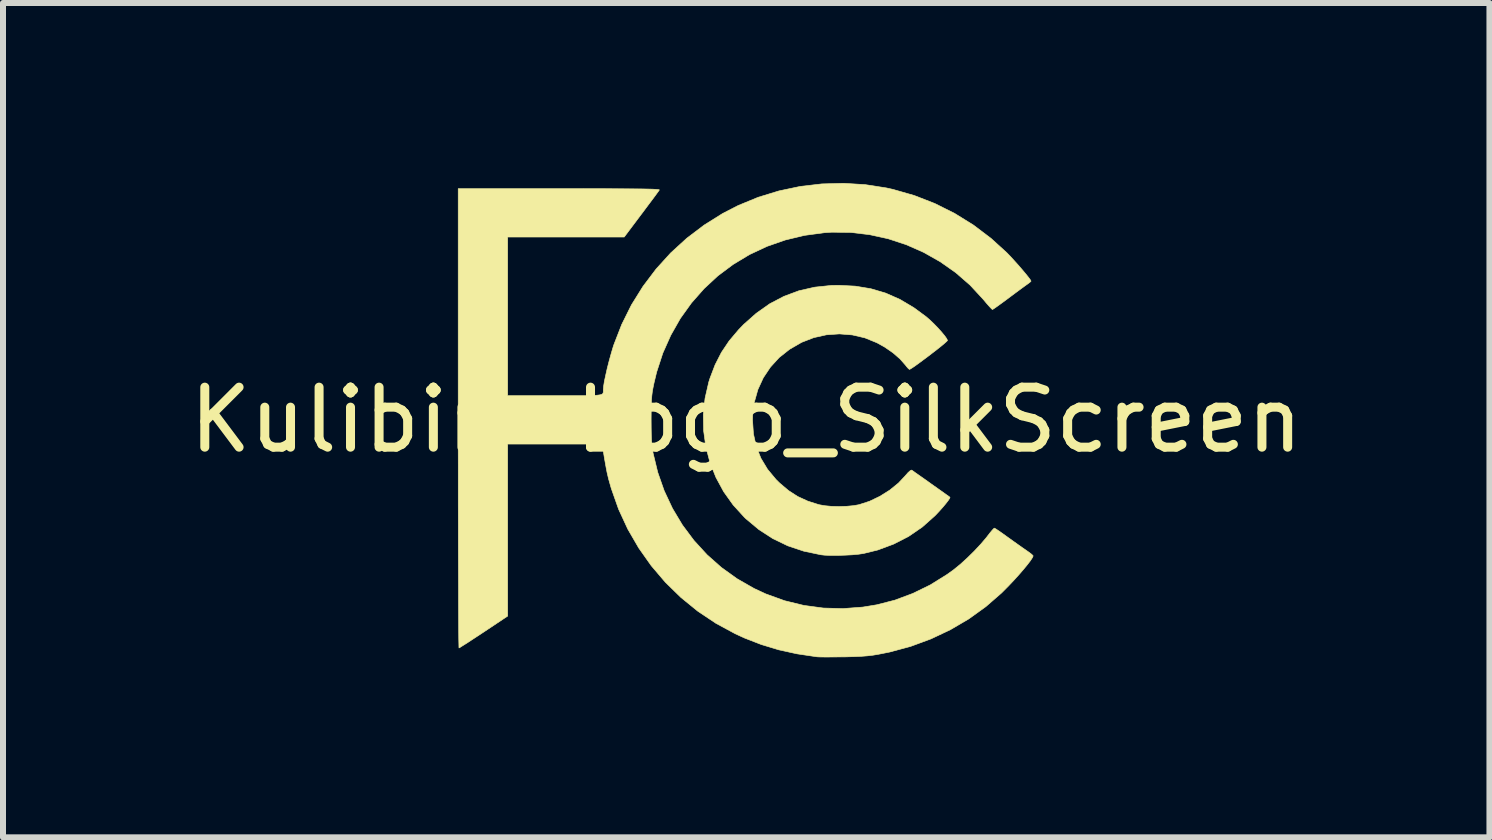
<source format=kicad_pcb>
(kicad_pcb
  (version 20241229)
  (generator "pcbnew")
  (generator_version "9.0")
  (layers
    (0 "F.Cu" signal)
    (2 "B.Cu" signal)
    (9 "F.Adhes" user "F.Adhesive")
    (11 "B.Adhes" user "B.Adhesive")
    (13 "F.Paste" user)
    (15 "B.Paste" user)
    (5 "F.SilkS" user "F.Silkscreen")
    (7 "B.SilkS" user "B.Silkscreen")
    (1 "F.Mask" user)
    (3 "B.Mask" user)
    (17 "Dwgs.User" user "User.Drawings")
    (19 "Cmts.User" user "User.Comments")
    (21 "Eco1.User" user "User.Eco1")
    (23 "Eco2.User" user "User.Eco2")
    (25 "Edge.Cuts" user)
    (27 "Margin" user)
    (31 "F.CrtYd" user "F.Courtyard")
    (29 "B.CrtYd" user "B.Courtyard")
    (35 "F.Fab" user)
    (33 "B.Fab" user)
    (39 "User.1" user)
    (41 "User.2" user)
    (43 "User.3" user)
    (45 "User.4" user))
  (footprint "Kulibin-Logo_SilkScreen"
    (layer "F.Cu")
    (at 9.387 3.948)
    (property "Reference" "Kulibin-Logo_SilkScreen" (at 0 0 0) (layer "F.SilkS") (effects (font (size 1 1) (thickness 0.15))))
    (attr exclude_from_pos_files exclude_from_bom)
    (fp_poly (pts (xy 1.817 -2.229) (xy 2.077 -2.186) (xy 2.324 -2.113) (xy 2.562 -2.008) (xy 2.794 -1.87) (xy 2.999 -1.719) (xy 3.061 -1.665) (xy 3.128 -1.601) (xy 3.194 -1.533) (xy 3.255 -1.465) (xy 3.305 -1.405) (xy 3.34 -1.356) (xy 3.354 -1.326) (xy 3.355 -1.324) (xy 3.341 -1.308) (xy 3.304 -1.275) (xy 3.249 -1.229) (xy 3.18 -1.174) (xy 3.102 -1.114) (xy 3.02 -1.051) (xy 2.939 -0.991) (xy 2.865 -0.936) (xy 2.801 -0.89) (xy 2.752 -0.858) (xy 2.725 -0.842) (xy 2.721 -0.841) (xy 2.703 -0.854) (xy 2.673 -0.888) (xy 2.654 -0.913) (xy 2.564 -1.015) (xy 2.447 -1.117) (xy 2.31 -1.212) (xy 2.179 -1.285) (xy 1.978 -1.367) (xy 1.768 -1.416) (xy 1.553 -1.433) (xy 1.337 -1.418) (xy 1.126 -1.371) (xy 0.922 -1.292) (xy 0.921 -1.291) (xy 0.722 -1.176) (xy 0.549 -1.039) (xy 0.403 -0.879) (xy 0.284 -0.701) (xy 0.194 -0.505) (xy 0.135 -0.295) (xy 0.107 -0.071) (xy 0.105 0.005) (xy 0.12 0.232) (xy 0.167 0.443) (xy 0.245 0.64) (xy 0.355 0.823) (xy 0.498 0.995) (xy 0.557 1.053) (xy 0.705 1.178) (xy 0.858 1.277) (xy 1.026 1.354) (xy 1.211 1.413) (xy 1.304 1.43) (xy 1.42 1.441) (xy 1.547 1.444) (xy 1.675 1.44) (xy 1.793 1.429) (xy 1.881 1.413) (xy 2.056 1.356) (xy 2.229 1.273) (xy 2.393 1.17) (xy 2.538 1.052) (xy 2.647 0.936) (xy 2.696 0.88) (xy 2.734 0.846) (xy 2.757 0.836) (xy 2.758 0.837) (xy 2.776 0.849) (xy 2.817 0.879) (xy 2.877 0.921) (xy 2.95 0.972) (xy 3.03 1.029) (xy 3.114 1.089) (xy 3.196 1.147) (xy 3.27 1.199) (xy 3.331 1.243) (xy 3.375 1.274) (xy 3.396 1.29) (xy 3.396 1.29) (xy 3.391 1.307) (xy 3.367 1.343) (xy 3.327 1.395) (xy 3.277 1.455) (xy 3.22 1.519) (xy 3.162 1.581) (xy 3.142 1.601) (xy 2.934 1.786) (xy 2.705 1.943) (xy 2.457 2.07) (xy 2.194 2.168) (xy 1.958 2.226) (xy 1.873 2.239) (xy 1.765 2.249) (xy 1.645 2.255) (xy 1.522 2.259) (xy 1.405 2.259) (xy 1.306 2.255) (xy 1.244 2.248) (xy 0.959 2.188) (xy 0.693 2.099) (xy 0.444 1.979) (xy 0.212 1.829) (xy -0.005 1.648) (xy -0.029 1.625) (xy -0.217 1.419) (xy -0.376 1.196) (xy -0.505 0.958) (xy -0.605 0.707) (xy -0.673 0.447) (xy -0.71 0.18) (xy -0.715 -0.09) (xy -0.686 -0.361) (xy -0.624 -0.631) (xy -0.605 -0.691) (xy -0.519 -0.917) (xy -0.414 -1.123) (xy -0.286 -1.314) (xy -0.13 -1.499) (xy -0.046 -1.587) (xy 0.168 -1.777) (xy 0.392 -1.935) (xy 0.629 -2.059) (xy 0.878 -2.152) (xy 1.142 -2.212) (xy 1.42 -2.241) (xy 1.542 -2.243) (xy 1.817 -2.229)) (stroke (width 0.01) (type solid)) (fill yes) (layer "F.SilkS"))
    (fp_poly (pts (xy 1.982 -3.921) (xy 2.336 -3.866) (xy 2.444 -3.842) (xy 2.8 -3.74) (xy 3.144 -3.606) (xy 3.474 -3.441) (xy 3.787 -3.247) (xy 4.08 -3.025) (xy 4.344 -2.785) (xy 4.4 -2.727) (xy 4.463 -2.658) (xy 4.529 -2.585) (xy 4.593 -2.511) (xy 4.651 -2.442) (xy 4.699 -2.383) (xy 4.732 -2.339) (xy 4.746 -2.314) (xy 4.747 -2.312) (xy 4.733 -2.298) (xy 4.7 -2.272) (xy 4.672 -2.252) (xy 4.633 -2.224) (xy 4.573 -2.18) (xy 4.497 -2.124) (xy 4.414 -2.062) (xy 4.358 -2.02) (xy 4.278 -1.961) (xy 4.208 -1.91) (xy 4.152 -1.87) (xy 4.116 -1.846) (xy 4.104 -1.839) (xy 4.088 -1.852) (xy 4.055 -1.887) (xy 4.009 -1.939) (xy 3.955 -2.003) (xy 3.944 -2.016) (xy 3.73 -2.247) (xy 3.492 -2.454) (xy 3.233 -2.636) (xy 2.957 -2.792) (xy 2.667 -2.92) (xy 2.366 -3.019) (xy 2.056 -3.087) (xy 1.743 -3.124) (xy 1.427 -3.128) (xy 1.304 -3.12) (xy 0.971 -3.075) (xy 0.65 -2.998) (xy 0.344 -2.891) (xy 0.054 -2.755) (xy -0.218 -2.591) (xy -0.471 -2.402) (xy -0.703 -2.187) (xy -0.912 -1.95) (xy -1.098 -1.691) (xy -1.257 -1.411) (xy -1.39 -1.113) (xy -1.493 -0.797) (xy -1.537 -0.614) (xy -1.553 -0.537) (xy -1.565 -0.47) (xy -1.573 -0.405) (xy -1.579 -0.335) (xy -1.582 -0.252) (xy -1.584 -0.15) (xy -1.585 -0.021) (xy -1.585 -0.009) (xy -1.584 0.136) (xy -1.582 0.253) (xy -1.578 0.349) (xy -1.571 0.43) (xy -1.561 0.504) (xy -1.553 0.552) (xy -1.475 0.874) (xy -1.367 1.182) (xy -1.229 1.476) (xy -1.063 1.753) (xy -0.871 2.01) (xy -0.654 2.247) (xy -0.414 2.46) (xy -0.152 2.648) (xy 0.129 2.809) (xy 0.327 2.901) (xy 0.64 3.014) (xy 0.96 3.092) (xy 1.285 3.136) (xy 1.613 3.145) (xy 1.944 3.12) (xy 2.175 3.082) (xy 2.479 3.004) (xy 2.778 2.892) (xy 3.069 2.75) (xy 3.345 2.578) (xy 3.457 2.498) (xy 3.565 2.41) (xy 3.683 2.303) (xy 3.801 2.187) (xy 3.91 2.07) (xy 4.002 1.962) (xy 4.021 1.937) (xy 4.066 1.879) (xy 4.103 1.835) (xy 4.129 1.808) (xy 4.136 1.804) (xy 4.155 1.814) (xy 4.196 1.841) (xy 4.254 1.881) (xy 4.324 1.931) (xy 4.349 1.949) (xy 4.434 2.01) (xy 4.521 2.072) (xy 4.6 2.128) (xy 4.661 2.17) (xy 4.664 2.172) (xy 4.719 2.211) (xy 4.76 2.243) (xy 4.78 2.264) (xy 4.782 2.267) (xy 4.77 2.296) (xy 4.738 2.345) (xy 4.687 2.412) (xy 4.622 2.491) (xy 4.546 2.579) (xy 4.463 2.671) (xy 4.375 2.764) (xy 4.286 2.854) (xy 4.255 2.885) (xy 3.993 3.113) (xy 3.708 3.318) (xy 3.401 3.498) (xy 3.077 3.651) (xy 2.738 3.776) (xy 2.388 3.87) (xy 2.207 3.906) (xy 2.112 3.922) (xy 2.017 3.933) (xy 1.913 3.941) (xy 1.792 3.946) (xy 1.646 3.95) (xy 1.612 3.95) (xy 1.496 3.951) (xy 1.389 3.952) (xy 1.297 3.952) (xy 1.225 3.951) (xy 1.181 3.949) (xy 1.174 3.948) (xy 0.845 3.899) (xy 0.541 3.832) (xy 0.251 3.744) (xy -0.03 3.635) (xy -0.184 3.564) (xy -0.506 3.39) (xy -0.808 3.188) (xy -1.089 2.959) (xy -1.348 2.706) (xy -1.583 2.43) (xy -1.792 2.134) (xy -1.974 1.82) (xy -2.127 1.489) (xy -2.249 1.143) (xy -2.295 0.981) (xy -2.307 0.929) (xy -2.32 0.874) (xy -2.332 0.812) (xy -2.346 0.735) (xy -2.363 0.639) (xy -2.383 0.516) (xy -2.392 0.46) (xy -2.401 0.403) (xy -3.976 0.403) (xy -3.976 3.27) (xy -4.375 3.536) (xy -4.48 3.605) (xy -4.576 3.668) (xy -4.658 3.722) (xy -4.724 3.763) (xy -4.768 3.791) (xy -4.787 3.801) (xy -4.787 3.801) (xy -4.788 3.784) (xy -4.789 3.733) (xy -4.791 3.651) (xy -4.792 3.538) (xy -4.793 3.396) (xy -4.794 3.228) (xy -4.795 3.034) (xy -4.795 2.816) (xy -4.796 2.575) (xy -4.797 2.314) (xy -4.798 2.034) (xy -4.798 1.736) (xy -4.799 1.422) (xy -4.799 1.093) (xy -4.799 0.752) (xy -4.8 0.4) (xy -4.8 0.038) (xy -4.8 -0.026) (xy -4.8 -3.854) (xy -3.117 -3.854) (xy -2.827 -3.854) (xy -2.571 -3.853) (xy -2.346 -3.853) (xy -2.15 -3.852) (xy -1.983 -3.851) (xy -1.842 -3.85) (xy -1.726 -3.849) (xy -1.633 -3.847) (xy -1.561 -3.845) (xy -1.508 -3.842) (xy -1.472 -3.839) (xy -1.453 -3.836) (xy -1.447 -3.832) (xy -1.448 -3.832) (xy -1.461 -3.813) (xy -1.493 -3.769) (xy -1.54 -3.705) (xy -1.6 -3.625) (xy -1.669 -3.533) (xy -1.745 -3.431) (xy -1.747 -3.429) (xy -2.033 -3.048) (xy -3.976 -3.048) (xy -3.976 -0.403) (xy -3.19 -0.403) (xy -3.001 -0.403) (xy -2.843 -0.403) (xy -2.715 -0.403) (xy -2.613 -0.405) (xy -2.534 -0.407) (xy -2.476 -0.412) (xy -2.434 -0.418) (xy -2.407 -0.426) (xy -2.391 -0.437) (xy -2.384 -0.452) (xy -2.382 -0.469) (xy -2.382 -0.491) (xy -2.382 -0.503) (xy -2.377 -0.56) (xy -2.364 -0.643) (xy -2.342 -0.745) (xy -2.316 -0.861) (xy -2.285 -0.982) (xy -2.252 -1.101) (xy -2.219 -1.213) (xy -2.207 -1.25) (xy -2.075 -1.59) (xy -1.913 -1.916) (xy -1.721 -2.224) (xy -1.503 -2.513) (xy -1.259 -2.782) (xy -0.991 -3.027) (xy -0.701 -3.247) (xy -0.391 -3.441) (xy -0.134 -3.573) (xy 0.199 -3.71) (xy 0.545 -3.816) (xy 0.9 -3.891) (xy 1.26 -3.933) (xy 1.622 -3.943) (xy 1.982 -3.921)) (stroke (width 0.01) (type solid)) (fill yes) (layer "F.SilkS")))
  (gr_rect
    (start -3 -3)
    (end 21.774 10.905)
    (stroke (width 0.1) (type default))
    (fill no)
    (layer "Edge.Cuts")))
</source>
